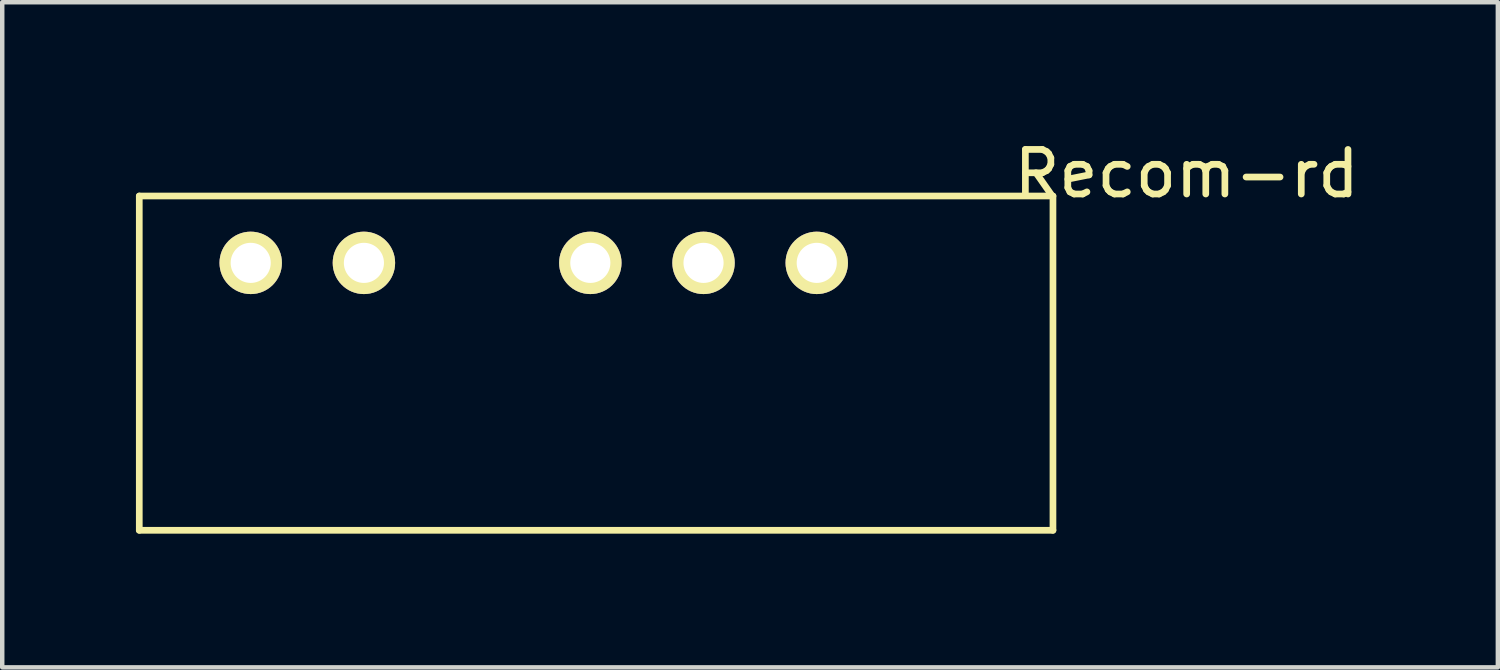
<source format=kicad_pcb>
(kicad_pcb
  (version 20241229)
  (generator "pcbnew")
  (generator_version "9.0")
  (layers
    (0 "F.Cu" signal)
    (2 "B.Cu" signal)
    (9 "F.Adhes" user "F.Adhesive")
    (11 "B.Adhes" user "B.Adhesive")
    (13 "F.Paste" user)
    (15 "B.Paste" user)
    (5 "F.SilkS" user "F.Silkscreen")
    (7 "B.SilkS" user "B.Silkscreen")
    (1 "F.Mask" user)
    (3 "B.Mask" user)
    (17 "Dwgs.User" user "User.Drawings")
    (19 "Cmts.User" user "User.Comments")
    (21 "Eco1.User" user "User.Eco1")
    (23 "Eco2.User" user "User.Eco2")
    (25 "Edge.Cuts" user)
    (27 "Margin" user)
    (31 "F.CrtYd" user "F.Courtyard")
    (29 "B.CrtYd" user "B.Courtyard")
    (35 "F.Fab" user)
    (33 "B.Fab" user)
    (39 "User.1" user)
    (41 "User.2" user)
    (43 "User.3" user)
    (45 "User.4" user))
  (footprint "Recom-rd"
    (layer "F.Cu")
    (at 2.575 2.848)
    (property "Reference" "Recom-rd" (at 21 -2 0) (layer "F.SilkS") (effects (font (size 1 1) (thickness 0.15))))
    (attr through_hole)
    (fp_line (start -2.5 -1.5) (end 18 -1.5) (stroke (width 0.15) (type solid)) (layer "F.SilkS"))
    (fp_line (start -2.5 6) (end -2.5 -1.5) (stroke (width 0.15) (type solid)) (layer "F.SilkS"))
    (fp_line (start 18 -1.5) (end 18 6) (stroke (width 0.15) (type solid)) (layer "F.SilkS"))
    (fp_line (start 18 6) (end -2.5 6) (stroke (width 0.15) (type solid)) (layer "F.SilkS"))
    (pad "1" thru_hole circle (at 0 0) (size 1.4 1.4) (drill 0.9) (layers "*.Cu" "*.Mask" "F.SilkS"))
    (pad "2" thru_hole circle (at 2.54 0) (size 1.4 1.4) (drill 0.9) (layers "*.Cu" "*.Mask" "F.SilkS"))
    (pad "4" thru_hole circle (at 7.62 0) (size 1.4 1.4) (drill 0.9) (layers "*.Cu" "*.Mask" "F.SilkS"))
    (pad "5" thru_hole circle (at 10.16 0) (size 1.4 1.4) (drill 0.9) (layers "*.Cu" "*.Mask" "F.SilkS"))
    (pad "6" thru_hole circle (at 12.7 0) (size 1.4 1.4) (drill 0.9) (layers "*.Cu" "*.Mask" "F.SilkS")))
  (gr_rect
    (start -3 -3)
    (end 30.557 11.923)
    (stroke (width 0.1) (type default))
    (fill no)
    (layer "Edge.Cuts")))
</source>
